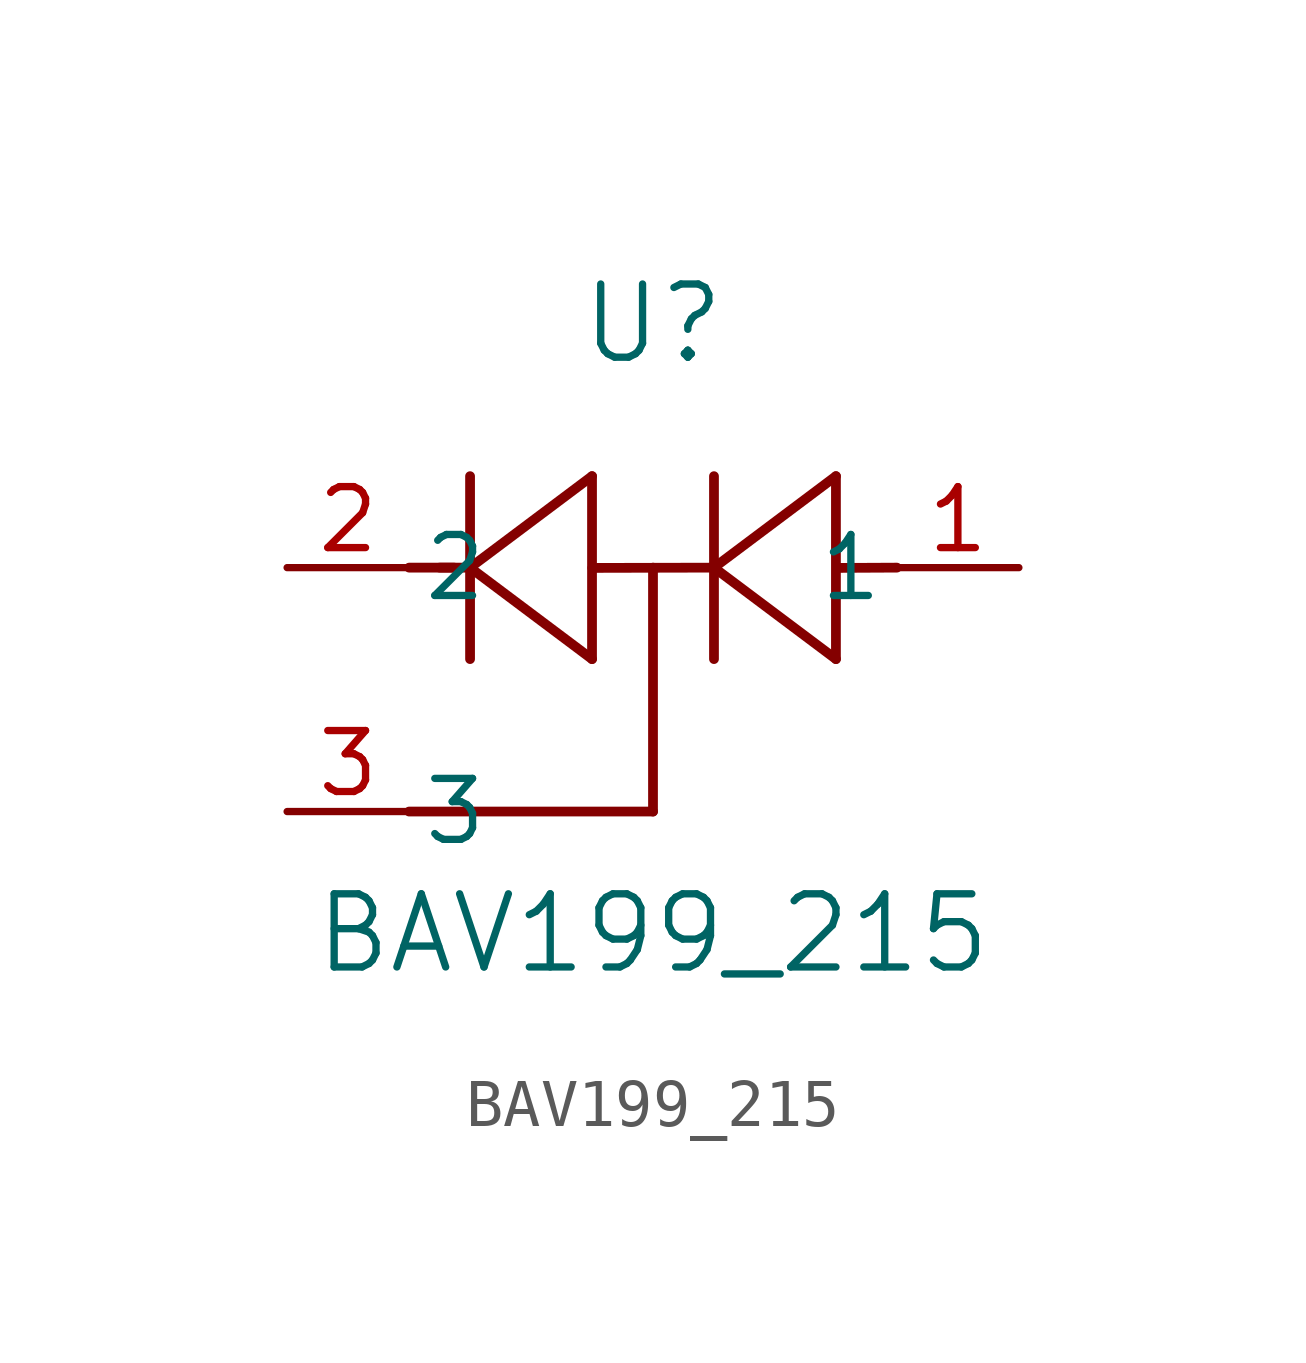
<source format=kicad_sym>
(kicad_symbol_lib
  (version 20211014)
  (generator kicad_symbol_editor)
  (symbol "BAV199_215"
    (pin_names
      (offset 0.254))
    (property "Reference" "U"
      (at 7.62 5.08 0)
      (effects (font (size 1.524 1.524))))
    (property "Value" "BAV199_215"
      (at 7.62 -7.62 0)
      (effects (font (size 1.524 1.524))))
    (symbol "BAV199_215_0_1"
      (polyline (pts (xy 2.54 0) (xy 3.48 0)) (stroke (width 0.203) (type default) (color 0 0 0 0)) (fill (type none)))
      (polyline (pts (xy 11.43 1.905) (xy 11.43 -1.905)) (stroke (width 0.203) (type default) (color 0 0 0 0)) (fill (type none)))
      (polyline (pts (xy 3.175 0) (xy 3.81 0)) (stroke (width 0.203) (type default) (color 0 0 0 0)) (fill (type none)))
      (polyline (pts (xy 8.89 -1.905) (xy 8.89 1.905)) (stroke (width 0.203) (type default) (color 0 0 0 0)) (fill (type none)))
      (polyline (pts (xy 8.89 0) (xy 6.356 -0.006)) (stroke (width 0.203) (type default) (color 0 0 0 0)) (fill (type none)))
      (polyline (pts (xy 8.89 0) (xy 11.43 1.905)) (stroke (width 0.203) (type default) (color 0 0 0 0)) (fill (type none)))
      (polyline (pts (xy 11.43 -1.905) (xy 8.89 0)) (stroke (width 0.203) (type default) (color 0 0 0 0)) (fill (type none)))
      (polyline (pts (xy 6.35 1.905) (xy 6.35 -1.905)) (stroke (width 0.203) (type default) (color 0 0 0 0)) (fill (type none)))
      (polyline (pts (xy 3.81 -1.905) (xy 3.81 1.905)) (stroke (width 0.203) (type default) (color 0 0 0 0)) (fill (type none)))
      (polyline (pts (xy 3.81 0) (xy 6.35 1.905)) (stroke (width 0.203) (type default) (color 0 0 0 0)) (fill (type none)))
      (polyline (pts (xy 6.35 -1.905) (xy 3.81 0)) (stroke (width 0.203) (type default) (color 0 0 0 0)) (fill (type none)))
      (polyline (pts (xy 12.7 0) (xy 11.467 -0.006)) (stroke (width 0.203) (type default) (color 0 0 0 0)) (fill (type none)))
      (polyline (pts (xy 7.62 -5.08) (xy 7.62 0)) (stroke (width 0.203) (type default) (color 0 0 0 0)) (fill (type none)))
      (polyline (pts (xy 7.62 -5.08) (xy 2.54 -5.08)) (stroke (width 0.203) (type default) (color 0 0 0 0)) (fill (type none)))
      (pin unspecified line (at 15.24 0 180) (length 2.54) (name "1" (effects (font (size 1.27 1.27)))) (number "1" (effects (font (size 1.27 1.27)))))
      (pin unspecified line (at 0 0 0) (length 2.54) (name "2" (effects (font (size 1.27 1.27)))) (number "2" (effects (font (size 1.27 1.27)))))
      (pin unspecified line (at 0 -5.08 0) (length 2.54) (name "3" (effects (font (size 1.27 1.27)))) (number "3" (effects (font (size 1.27 1.27))))))))
</source>
